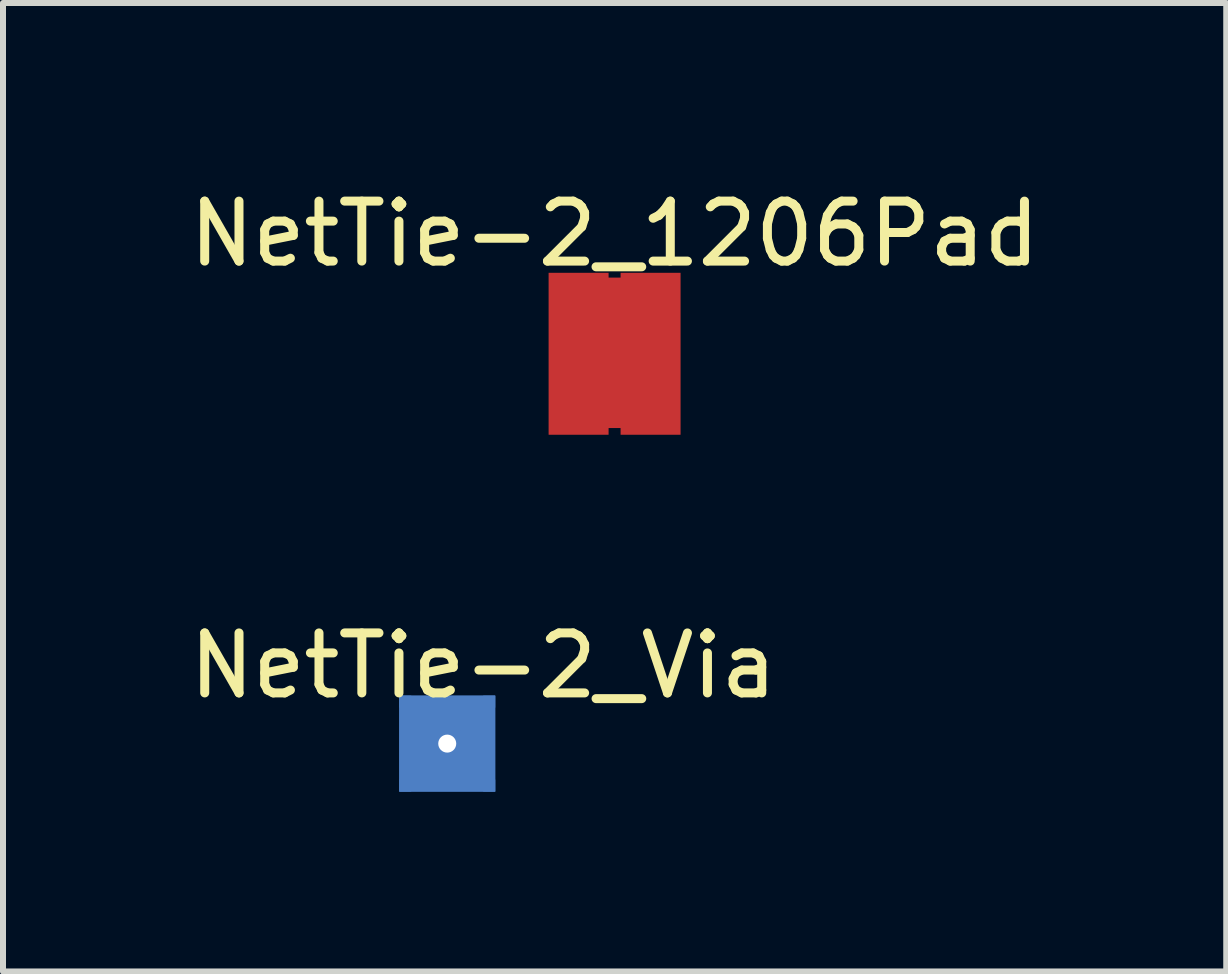
<source format=kicad_pcb>
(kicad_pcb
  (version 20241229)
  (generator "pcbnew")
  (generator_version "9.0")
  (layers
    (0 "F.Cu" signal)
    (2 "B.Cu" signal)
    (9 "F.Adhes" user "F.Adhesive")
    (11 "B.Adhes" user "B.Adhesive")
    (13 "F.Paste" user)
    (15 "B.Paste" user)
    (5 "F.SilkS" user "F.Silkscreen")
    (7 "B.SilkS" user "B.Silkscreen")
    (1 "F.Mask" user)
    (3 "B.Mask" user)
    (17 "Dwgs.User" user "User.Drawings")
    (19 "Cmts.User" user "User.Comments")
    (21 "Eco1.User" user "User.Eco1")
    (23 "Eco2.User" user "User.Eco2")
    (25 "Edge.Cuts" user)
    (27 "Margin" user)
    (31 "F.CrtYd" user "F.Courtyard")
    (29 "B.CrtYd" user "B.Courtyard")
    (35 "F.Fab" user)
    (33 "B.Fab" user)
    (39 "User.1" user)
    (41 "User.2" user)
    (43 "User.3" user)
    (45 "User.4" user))
  (footprint "NetTie-2_1206Pad"
    (layer "F.Cu")
    (at 7.196 2.848)
    (property "Reference" "NetTie-2_1206Pad" (at 0 -2 0) (layer "F.SilkS") (effects (font (size 1 1) (thickness 0.15))))
    (attr exclude_from_pos_files exclude_from_bom allow_missing_courtyard)
    (fp_poly (pts (xy -0.7 -1.27) (xy 0.7 -1.27) (xy 0.7 1.238) (xy -0.7 1.238)) (stroke (width 0) (type solid)) (fill yes) (layer "F.Cu"))
    (pad "1" smd rect (at -0.6 0) (size 1 2.7) (layers "F.Cu"))
    (pad "2" smd rect (at 0.6 0) (size 1 2.7) (layers "F.Cu")))
  (footprint "NetTie-2_Via"
    (layer "F.Cu")
    (at 4.406 9.347)
    (property "Reference" "NetTie-2_Via" (at 0.6 -1.3 0) (layer "F.SilkS") (effects (font (size 1 1) (thickness 0.15))))
    (attr exclude_from_pos_files exclude_from_bom allow_missing_courtyard)
    (fp_poly (pts (xy -0.8 -0.8) (xy 0.8 -0.8) (xy 0.8 0.8) (xy -0.8 0.8)) (stroke (width 0) (type solid)) (fill yes) (layer "B.Cu"))
    (pad "1" thru_hole circle (at 0 0) (size 0.6 0.6) (drill 0.3) (layers "*.Cu"))
    (pad "2" smd rect (at -0.7 0) (size 0.2 1.6) (layers "B.Cu"))
    (pad "2" smd rect (at 0 -0.7 90) (size 0.2 1.6) (layers "B.Cu"))
    (pad "2" smd rect (at 0 0.7 90) (size 0.2 1.6) (layers "B.Cu"))
    (pad "2" smd rect (at 0.7 0) (size 0.2 1.6) (layers "B.Cu")))
  (gr_rect
    (start -3 -3)
    (end 17.393 13.146)
    (stroke (width 0.1) (type default))
    (fill no)
    (layer "Edge.Cuts")))
</source>
